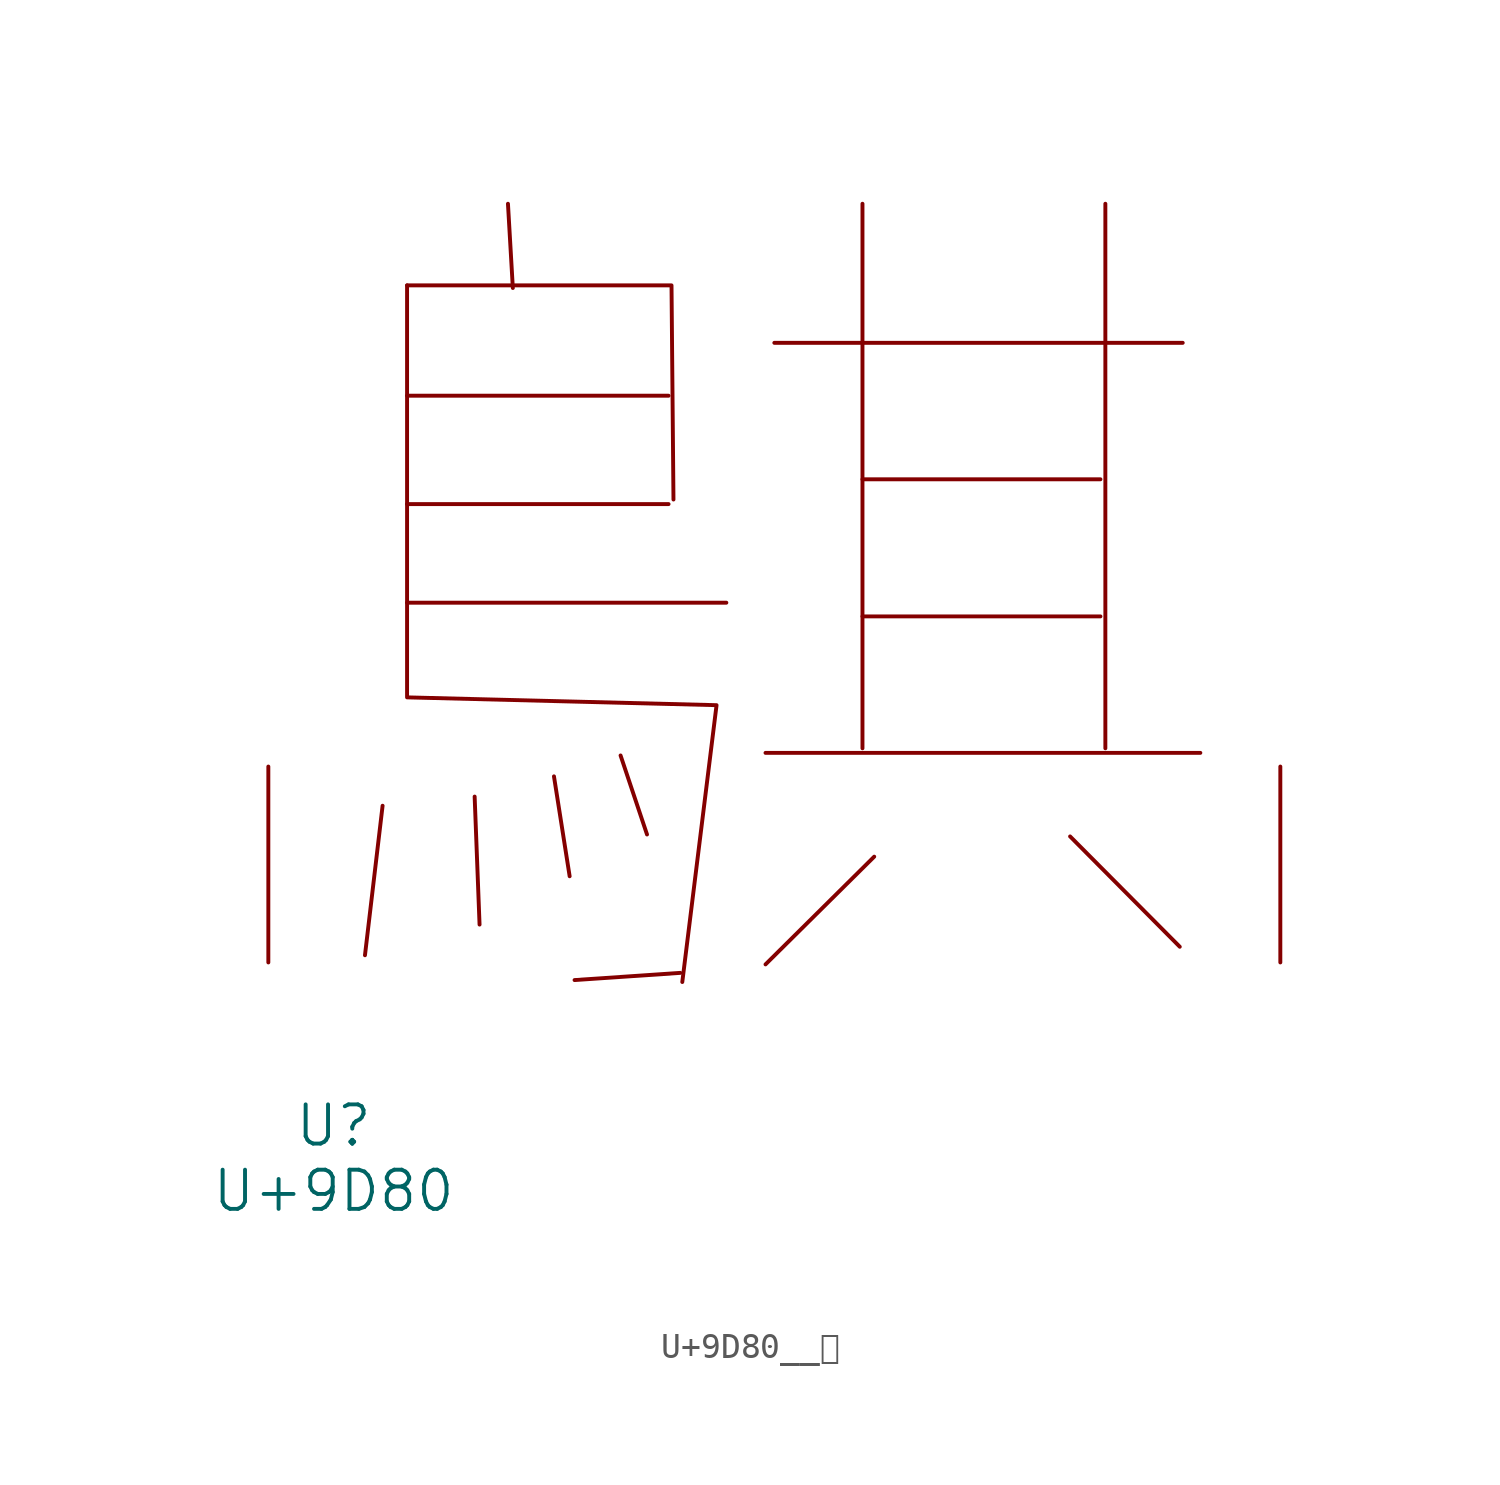
<source format=kicad_sym>
(kicad_symbol_lib
  (version 20231120)
  (generator "kicad_symbol_editor")
  (generator_version "8.0")
  (symbol "U+9D80__鶀"
    (pin_names
      (offset 1.016))
    (property "Reference" "U"
      (at 0 -6.35 0)
      (effects (font (size 1.524 1.524))))
    (property "Value" "U+9D80"
      (at 0 -8.89 0)
      (effects (font (size 1.524 1.524))))
    (symbol "U+9D80__鶀_0_1"
      (polyline (pts (xy 1.905 6.096) (xy 1.219 0.279)) (stroke (width 0) (type solid)) (fill (type none)))
      (polyline (pts (xy 2.857 13.995) (xy 15.278 13.995)) (stroke (width 0) (type solid)) (fill (type none)))
      (polyline (pts (xy 2.857 17.831) (xy 13.03 17.831)) (stroke (width 0) (type solid)) (fill (type none)))
      (polyline (pts (xy 2.857 22.047) (xy 13.03 22.047)) (stroke (width 0) (type solid)) (fill (type none)))
      (polyline (pts (xy 5.486 6.452) (xy 5.677 1.473)) (stroke (width 0) (type solid)) (fill (type none)))
      (polyline (pts (xy 6.782 29.515) (xy 6.972 26.238)) (stroke (width 0) (type solid)) (fill (type none)))
      (polyline (pts (xy 8.572 7.239) (xy 9.182 3.353)) (stroke (width 0) (type solid)) (fill (type none)))
      (polyline (pts (xy 11.163 8.052) (xy 12.192 4.978)) (stroke (width 0) (type solid)) (fill (type none)))
      (polyline (pts (xy 13.487 -0.406) (xy 9.373 -0.686)) (stroke (width 0) (type solid)) (fill (type none)))
      (polyline (pts (xy 16.802 8.153) (xy 33.718 8.153)) (stroke (width 0) (type solid)) (fill (type none)))
      (polyline (pts (xy 17.145 24.105) (xy 33.033 24.105)) (stroke (width 0) (type solid)) (fill (type none)))
      (polyline (pts (xy 20.574 13.462) (xy 29.832 13.462)) (stroke (width 0) (type solid)) (fill (type none)))
      (polyline (pts (xy 20.574 18.796) (xy 29.832 18.796)) (stroke (width 0) (type solid)) (fill (type none)))
      (polyline (pts (xy 20.574 29.515) (xy 20.574 8.331)) (stroke (width 0) (type solid)) (fill (type none)))
      (polyline (pts (xy 21.031 4.115) (xy 16.802 -0.076)) (stroke (width 0) (type solid)) (fill (type none)))
      (polyline (pts (xy 28.651 4.902) (xy 32.918 0.61)) (stroke (width 0) (type solid)) (fill (type none)))
      (polyline (pts (xy 30.023 29.515) (xy 30.023 8.331)) (stroke (width 0) (type solid)) (fill (type none)))
      (polyline (pts (xy 2.857 26.34) (xy 13.145 26.34) (xy 13.221 18.009)) (stroke (width 0) (type solid)) (fill (type none)))
      (polyline (pts (xy 2.857 26.34) (xy 2.857 10.312) (xy 14.897 10.008) (xy 13.564 -0.762)) (stroke (width 0) (type solid)) (fill (type none)))
      (pin input line (at -2.54 0 90) (length 7.62) (name "~" (effects (font (size 1.27 1.27)))) (number "~" (effects (font (size 1.27 1.27)))))
      (pin input line (at 36.83 0 90) (length 7.62) (name "~" (effects (font (size 1.27 1.27)))) (number "~" (effects (font (size 1.27 1.27))))))))
</source>
